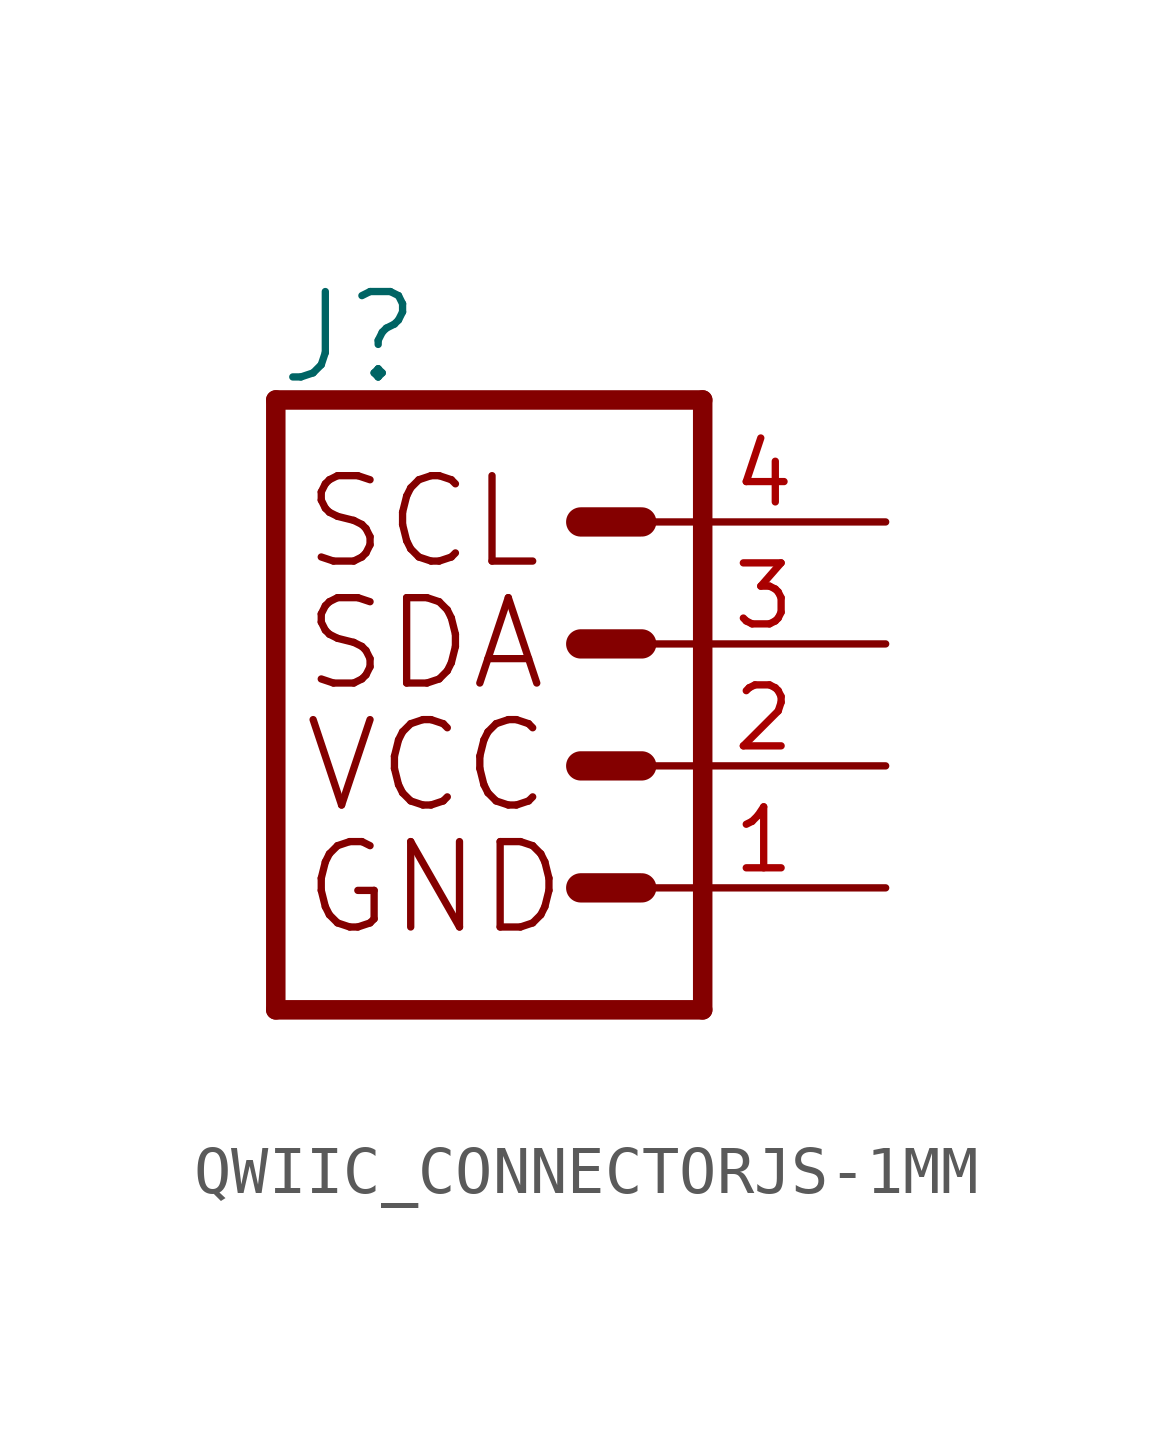
<source format=kicad_sym>
(kicad_symbol_lib
  (version 20231120)
  (generator "kicad_symbol_editor")
  (generator_version "8.0")
  (symbol "QWIIC_CONNECTORJS-1MM"
    (property "Reference" "J"
      (at -5.08 7.874 0)
      (effects (font (size 1.778 1.778)) (justify left bottom)))
    (property "Value" ""
      (at -5.08 -5.334 0)
      (effects (font (size 1.778 1.778)) (justify left top)))
    (property "ki_locked" ""
      (at 0 0 0)
      (effects (font (size 1.27 1.27))))
    (symbol "QWIIC_CONNECTORJS-1MM_1_0"
      (polyline (pts (xy -5.08 7.62) (xy -5.08 -5.08)) (stroke (width 0.406) (type solid)) (fill (type none)))
      (polyline (pts (xy -5.08 7.62) (xy 3.81 7.62)) (stroke (width 0.406) (type solid)) (fill (type none)))
      (polyline (pts (xy 1.27 -2.54) (xy 2.54 -2.54)) (stroke (width 0.61) (type solid)) (fill (type none)))
      (polyline (pts (xy 1.27 0) (xy 2.54 0)) (stroke (width 0.61) (type solid)) (fill (type none)))
      (polyline (pts (xy 1.27 2.54) (xy 2.54 2.54)) (stroke (width 0.61) (type solid)) (fill (type none)))
      (polyline (pts (xy 1.27 5.08) (xy 2.54 5.08)) (stroke (width 0.61) (type solid)) (fill (type none)))
      (polyline (pts (xy 3.81 -5.08) (xy -5.08 -5.08)) (stroke (width 0.406) (type solid)) (fill (type none)))
      (polyline (pts (xy 3.81 -5.08) (xy 3.81 7.62)) (stroke (width 0.406) (type solid)) (fill (type none)))
      (text "GND" (at -4.572 -2.54 0) (effects (font (size 1.778 1.778)) (justify left)))
      (text "SCL" (at -4.572 5.08 0) (effects (font (size 1.778 1.778)) (justify left)))
      (text "SDA" (at -4.572 2.54 0) (effects (font (size 1.778 1.778)) (justify left)))
      (text "VCC" (at -4.572 0 0) (effects (font (size 1.778 1.778)) (justify left)))
      (pin power_in line (at 7.62 -2.54 180) (length 5.08) (name "1" (effects (font (size 0 0)))) (number "1" (effects (font (size 1.27 1.27)))))
      (pin power_in line (at 7.62 0 180) (length 5.08) (name "2" (effects (font (size 0 0)))) (number "2" (effects (font (size 1.27 1.27)))))
      (pin passive line (at 7.62 2.54 180) (length 5.08) (name "3" (effects (font (size 0 0)))) (number "3" (effects (font (size 1.27 1.27)))))
      (pin passive line (at 7.62 5.08 180) (length 5.08) (name "4" (effects (font (size 0 0)))) (number "4" (effects (font (size 1.27 1.27))))))))
</source>
